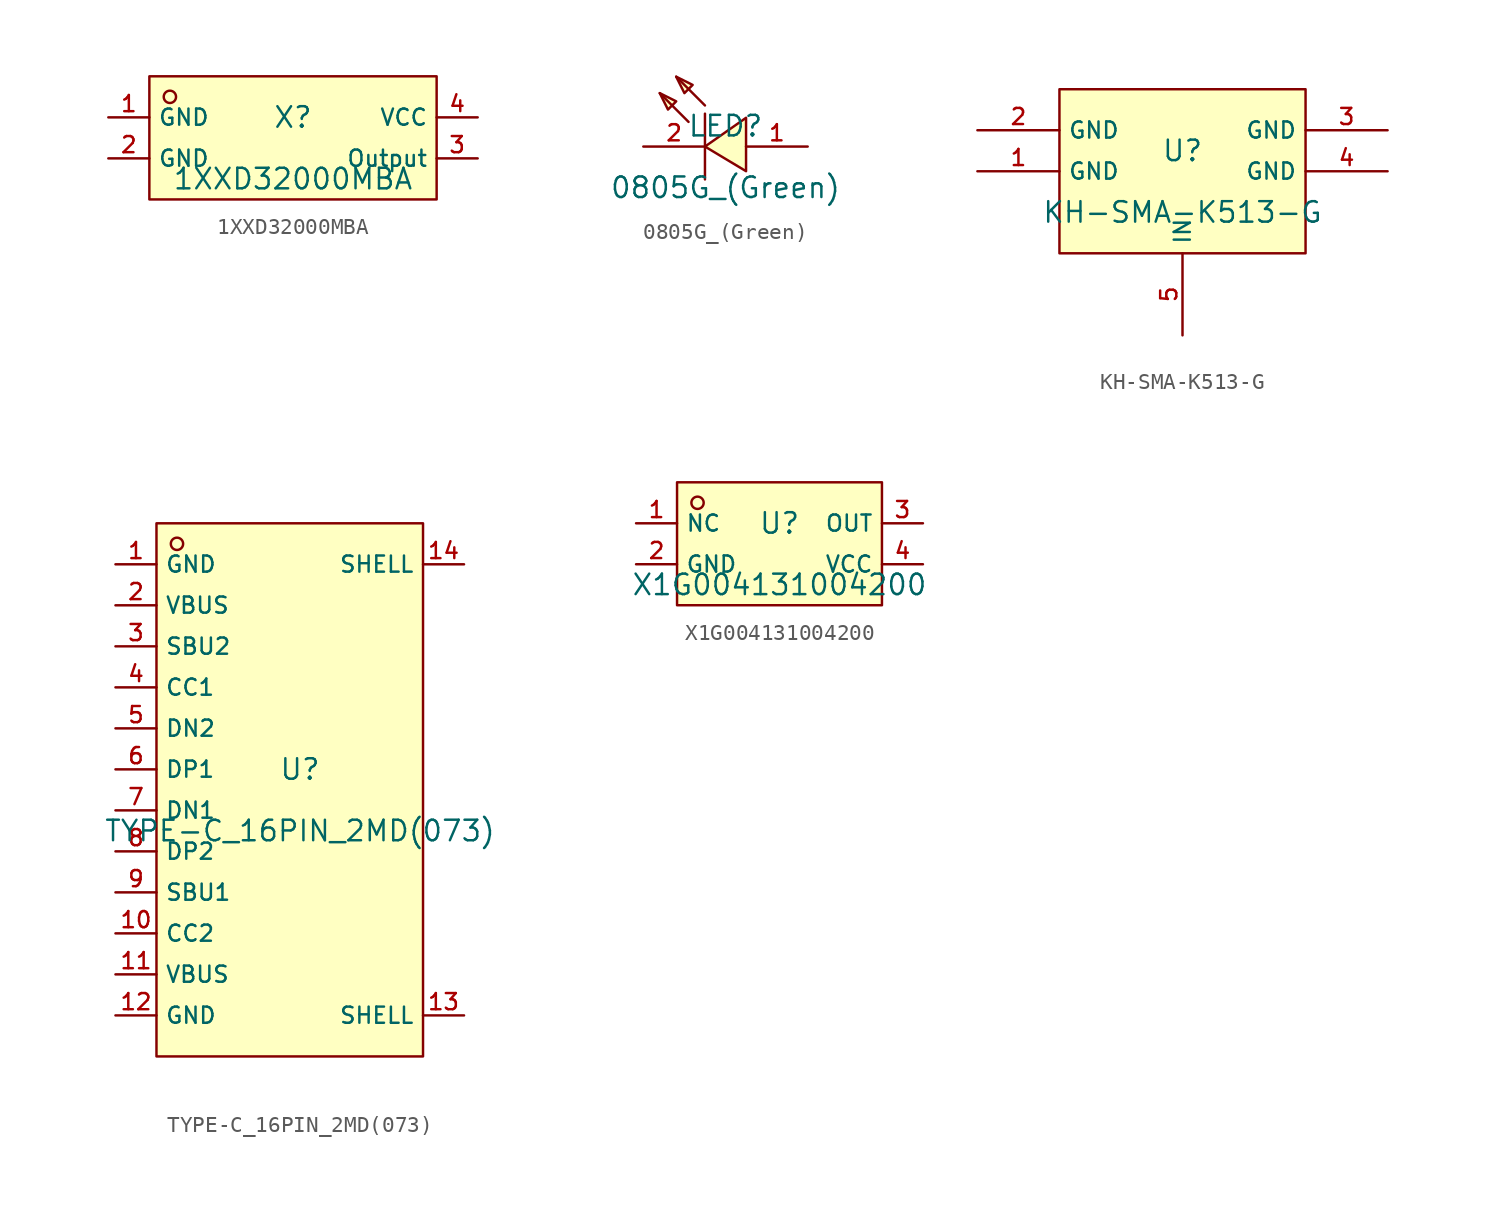
<source format=kicad_sym>
(kicad_symbol_lib
  (version 20210201)
  (generator TousstNicolas/JLC2KiCad_lib)
  (symbol "1XXD32000MBA"
    (property "Reference" "X"
      (at 0 1.27 0)
      (effects (font (size 1.27 1.27))))
    (property "Value" "1XXD32000MBA"
      (at 0 -2.54 0)
      (effects (font (size 1.27 1.27))))
    (symbol "1XXD32000MBA_0_1"
      (rectangle (start -8.89 3.81) (end 8.89 -3.81) (stroke (width 0) (type default) (color 0 0 0 0)) (fill (type background)))
      (circle (center -7.62 2.54) (radius 0.381) (stroke (width 0) (type default) (color 0 0 0 0)) (fill (type background)))
      (pin unspecified line (at -11.43 1.27 0) (length 2.54) (name "GND" (effects (font (size 1 1)))) (number "1" (effects (font (size 1 1)))))
      (pin unspecified line (at -11.43 -1.27 0) (length 2.54) (name "GND" (effects (font (size 1 1)))) (number "2" (effects (font (size 1 1)))))
      (pin unspecified line (at 11.43 -1.27 180) (length 2.54) (name "Output" (effects (font (size 1 1)))) (number "3" (effects (font (size 1 1)))))
      (pin unspecified line (at 11.43 1.27 180) (length 2.54) (name "VCC" (effects (font (size 1 1)))) (number "4" (effects (font (size 1 1)))))))
  (symbol "0805G_(Green)"
    (pin_names hide)
    (property "Reference" "LED"
      (at 0 1.27 0)
      (effects (font (size 1.27 1.27))))
    (property "Value" "0805G_(Green)"
      (at 0 -2.54 0)
      (effects (font (size 1.27 1.27))))
    (symbol "0805G_(Green)_0_1"
      (polyline (pts (xy -4.064 3.302) (xy -3.048 2.794) (xy -3.556 2.286) (xy -4.064 3.302)) (stroke (width 0) (type default) (color 0 0 0 0)) (fill (type background)))
      (polyline (pts (xy -3.048 4.318) (xy -2.032 3.81) (xy -2.54 3.302) (xy -3.048 4.318)) (stroke (width 0) (type default) (color 0 0 0 0)) (fill (type background)))
      (pin unspecified line (at -5.08 -0.0 0) (length 3.81) (name "K" (effects (font (size 1 1)))) (number "2" (effects (font (size 1 1)))))
      (polyline (pts (xy -2.286 1.524) (xy -4.064 3.302)) (stroke (width 0) (type default) (color 0 0 0 0)) (fill (type none)))
      (polyline (pts (xy -1.27 2.54) (xy -3.048 4.318)) (stroke (width 0) (type default) (color 0 0 0 0)) (fill (type none)))
      (pin unspecified line (at 5.08 -0.0 180) (length 3.81) (name "A" (effects (font (size 1 1)))) (number "1" (effects (font (size 1 1)))))
      (polyline (pts (xy -1.27 2.032) (xy -1.27 -2.032)) (stroke (width 0) (type default) (color 0 0 0 0)) (fill (type none)))
      (polyline (pts (xy 1.27 -1.524) (xy -1.27 -0.0) (xy 1.27 1.778) (xy 1.27 -1.524)) (stroke (width 0) (type default) (color 0 0 0 0)) (fill (type background)))))
  (symbol "KH-SMA-K513-G"
    (property "Reference" "U"
      (at 0 1.27 0)
      (effects (font (size 1.27 1.27))))
    (property "Value" "KH-SMA-K513-G"
      (at 0 -2.54 0)
      (effects (font (size 1.27 1.27))))
    (symbol "KH-SMA-K513-G_0_1"
      (rectangle (start -7.62 5.08) (end 7.62 -5.08) (stroke (width 0) (type default) (color 0 0 0 0)) (fill (type background)))
      (pin unspecified line (at -12.7 -0.0 0) (length 5.08) (name "GND" (effects (font (size 1 1)))) (number "1" (effects (font (size 1 1)))))
      (pin unspecified line (at -12.7 2.54 0) (length 5.08) (name "GND" (effects (font (size 1 1)))) (number "2" (effects (font (size 1 1)))))
      (pin unspecified line (at 12.7 2.54 180) (length 5.08) (name "GND" (effects (font (size 1 1)))) (number "3" (effects (font (size 1 1)))))
      (pin unspecified line (at 12.7 -0.0 180) (length 5.08) (name "GND" (effects (font (size 1 1)))) (number "4" (effects (font (size 1 1)))))
      (pin unspecified line (at 0.0 -10.16 90) (length 5.08) (name "IN" (effects (font (size 1 1)))) (number "5" (effects (font (size 1 1)))))))
  (symbol "TYPE-C_16PIN_2MD(073)"
    (property "Reference" "U"
      (at 0 1.27 0)
      (effects (font (size 1.27 1.27))))
    (property "Value" "TYPE-C_16PIN_2MD(073)"
      (at 0 -2.54 0)
      (effects (font (size 1.27 1.27))))
    (symbol "TYPE-C_16PIN_2MD(073)_0_1"
      (rectangle (start -8.89 16.51) (end 7.62 -16.51) (stroke (width 0) (type default) (color 0 0 0 0)) (fill (type background)))
      (circle (center -7.62 15.24) (radius 0.381) (stroke (width 0) (type default) (color 0 0 0 0)) (fill (type background)))
      (pin unspecified line (at -11.43 13.97 0) (length 2.54) (name "GND" (effects (font (size 1 1)))) (number "1" (effects (font (size 1 1)))))
      (pin unspecified line (at -11.43 11.43 0) (length 2.54) (name "VBUS" (effects (font (size 1 1)))) (number "2" (effects (font (size 1 1)))))
      (pin unspecified line (at -11.43 8.89 0) (length 2.54) (name "SBU2" (effects (font (size 1 1)))) (number "3" (effects (font (size 1 1)))))
      (pin unspecified line (at -11.43 6.35 0) (length 2.54) (name "CC1" (effects (font (size 1 1)))) (number "4" (effects (font (size 1 1)))))
      (pin unspecified line (at -11.43 3.81 0) (length 2.54) (name "DN2" (effects (font (size 1 1)))) (number "5" (effects (font (size 1 1)))))
      (pin unspecified line (at -11.43 1.27 0) (length 2.54) (name "DP1" (effects (font (size 1 1)))) (number "6" (effects (font (size 1 1)))))
      (pin unspecified line (at -11.43 -1.27 0) (length 2.54) (name "DN1" (effects (font (size 1 1)))) (number "7" (effects (font (size 1 1)))))
      (pin unspecified line (at -11.43 -3.81 0) (length 2.54) (name "DP2" (effects (font (size 1 1)))) (number "8" (effects (font (size 1 1)))))
      (pin unspecified line (at -11.43 -6.35 0) (length 2.54) (name "SBU1" (effects (font (size 1 1)))) (number "9" (effects (font (size 1 1)))))
      (pin unspecified line (at -11.43 -8.89 0) (length 2.54) (name "CC2" (effects (font (size 1 1)))) (number "10" (effects (font (size 1 1)))))
      (pin unspecified line (at -11.43 -11.43 0) (length 2.54) (name "VBUS" (effects (font (size 1 1)))) (number "11" (effects (font (size 1 1)))))
      (pin unspecified line (at -11.43 -13.97 0) (length 2.54) (name "GND" (effects (font (size 1 1)))) (number "12" (effects (font (size 1 1)))))
      (pin unspecified line (at 10.16 -13.97 180) (length 2.54) (name "SHELL" (effects (font (size 1 1)))) (number "13" (effects (font (size 1 1)))))
      (pin unspecified line (at 10.16 13.97 180) (length 2.54) (name "SHELL" (effects (font (size 1 1)))) (number "14" (effects (font (size 1 1)))))))
  (symbol "X1G004131004200"
    (property "Reference" "U"
      (at 0 1.27 0)
      (effects (font (size 1.27 1.27))))
    (property "Value" "X1G004131004200"
      (at 0 -2.54 0)
      (effects (font (size 1.27 1.27))))
    (symbol "X1G004131004200_0_1"
      (rectangle (start -6.35 3.81) (end 6.35 -3.81) (stroke (width 0) (type default) (color 0 0 0 0)) (fill (type background)))
      (circle (center -5.08 2.54) (radius 0.381) (stroke (width 0) (type default) (color 0 0 0 0)) (fill (type background)))
      (pin unspecified line (at -8.89 1.27 0) (length 2.54) (name "NC" (effects (font (size 1 1)))) (number "1" (effects (font (size 1 1)))))
      (pin unspecified line (at -8.89 -1.27 0) (length 2.54) (name "GND" (effects (font (size 1 1)))) (number "2" (effects (font (size 1 1)))))
      (pin unspecified line (at 8.89 1.27 180) (length 2.54) (name "OUT" (effects (font (size 1 1)))) (number "3" (effects (font (size 1 1)))))
      (pin unspecified line (at 8.89 -1.27 180) (length 2.54) (name "VCC" (effects (font (size 1 1)))) (number "4" (effects (font (size 1 1))))))))
</source>
